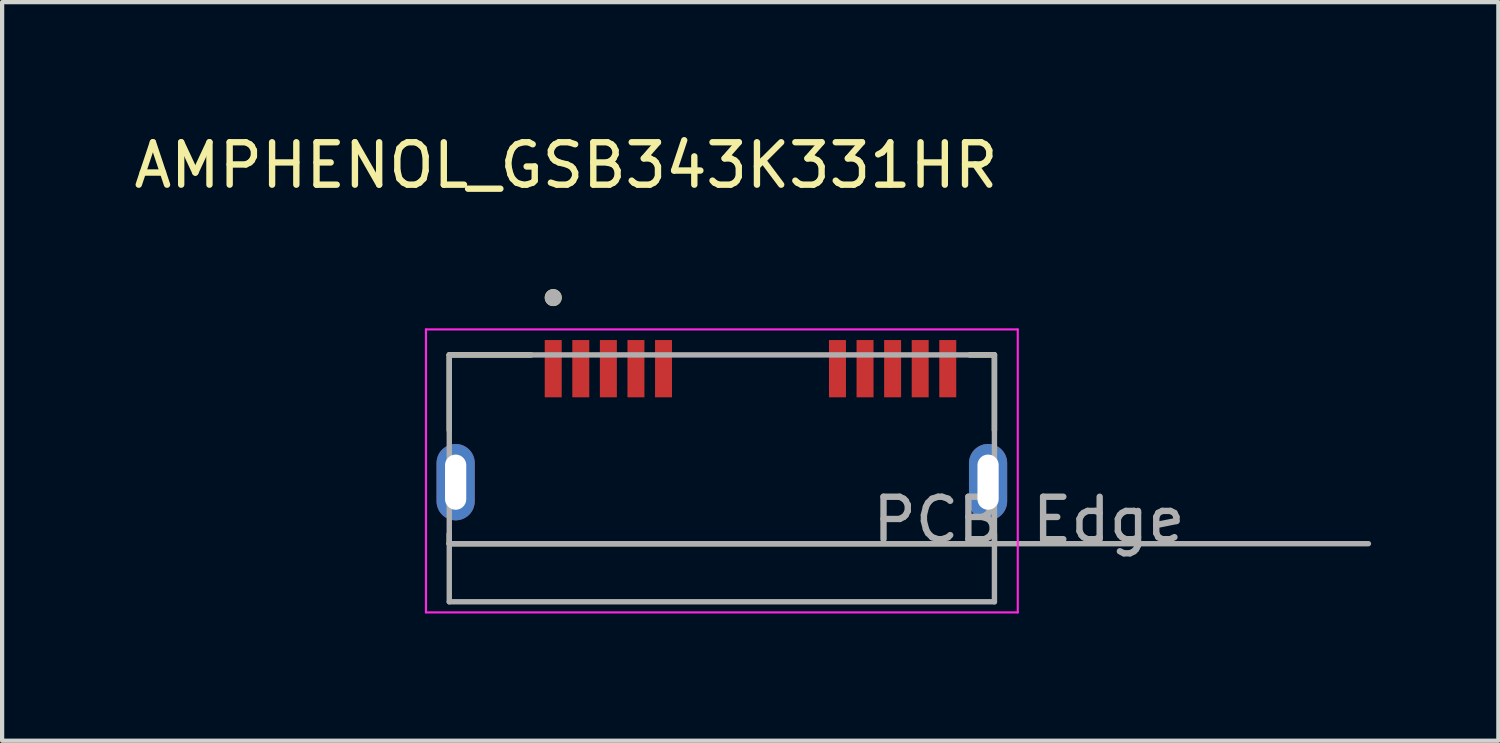
<source format=kicad_pcb>
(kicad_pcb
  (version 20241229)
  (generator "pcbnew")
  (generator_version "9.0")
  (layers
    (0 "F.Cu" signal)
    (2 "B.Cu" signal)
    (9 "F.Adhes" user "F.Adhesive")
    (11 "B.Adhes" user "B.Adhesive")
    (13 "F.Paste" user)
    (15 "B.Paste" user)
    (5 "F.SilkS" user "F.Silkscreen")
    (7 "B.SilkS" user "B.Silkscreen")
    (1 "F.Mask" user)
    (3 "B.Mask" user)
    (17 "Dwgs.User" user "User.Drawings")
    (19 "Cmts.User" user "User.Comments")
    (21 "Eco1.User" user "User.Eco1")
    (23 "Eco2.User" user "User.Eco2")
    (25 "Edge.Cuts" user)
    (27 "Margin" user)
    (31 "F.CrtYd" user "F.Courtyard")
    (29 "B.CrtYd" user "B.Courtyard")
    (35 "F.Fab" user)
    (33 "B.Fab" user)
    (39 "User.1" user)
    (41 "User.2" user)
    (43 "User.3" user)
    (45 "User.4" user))
  (footprint "AMPHENOL_GSB343K331HR"
    (layer "F.Cu")
    (at 13.965 8.315)
    (property "Reference" "AMPHENOL_GSB343K331HR" (at -3.673 -7.467 0) (layer "F.SilkS") (effects (font (size 1 1) (thickness 0.15))))
    (attr smd)
    (fp_line (start -6.425 -3) (end -4.495 -3) (stroke (width 0.127) (type solid)) (layer "F.SilkS"))
    (fp_line (start -6.425 -1.22) (end -6.425 -3) (stroke (width 0.127) (type solid)) (layer "F.SilkS"))
    (fp_line (start -6.425 1.45) (end -6.425 1.22) (stroke (width 0.127) (type solid)) (layer "F.SilkS"))
    (fp_line (start 5.845 -3) (end 6.425 -3) (stroke (width 0.127) (type solid)) (layer "F.SilkS"))
    (fp_line (start 6.425 -3) (end 6.425 -1.22) (stroke (width 0.127) (type solid)) (layer "F.SilkS"))
    (fp_line (start 6.425 1.45) (end -6.425 1.45) (stroke (width 0.127) (type solid)) (layer "F.SilkS"))
    (fp_line (start 6.425 1.45) (end 6.425 1.22) (stroke (width 0.127) (type solid)) (layer "F.SilkS"))
    (fp_circle (center -3.975 -4.35) (end -3.875 -4.35) (stroke (width 0.2) (type solid)) (fill no) (layer "F.SilkS"))
    (fp_line (start -6.975 -3.6) (end -6.975 3.07) (stroke (width 0.05) (type solid)) (layer "F.CrtYd"))
    (fp_line (start -6.975 3.07) (end 6.975 3.07) (stroke (width 0.05) (type solid)) (layer "F.CrtYd"))
    (fp_line (start 6.975 -3.6) (end -6.975 -3.6) (stroke (width 0.05) (type solid)) (layer "F.CrtYd"))
    (fp_line (start 6.975 3.07) (end 6.975 -3.6) (stroke (width 0.05) (type solid)) (layer "F.CrtYd"))
    (fp_line (start -6.425 -3) (end 6.425 -3) (stroke (width 0.127) (type solid)) (layer "F.Fab"))
    (fp_line (start -6.425 1.45) (end -6.425 -3) (stroke (width 0.127) (type solid)) (layer "F.Fab"))
    (fp_line (start -6.425 1.45) (end 15.24 1.45) (stroke (width 0.127) (type solid)) (layer "F.Fab"))
    (fp_line (start -6.425 2.82) (end -6.425 1.45) (stroke (width 0.127) (type solid)) (layer "F.Fab"))
    (fp_line (start 6.425 -3) (end 6.425 2.82) (stroke (width 0.127) (type solid)) (layer "F.Fab"))
    (fp_line (start 6.425 2.82) (end -6.425 2.82) (stroke (width 0.127) (type solid)) (layer "F.Fab"))
    (fp_circle (center -3.975 -4.35) (end -3.875 -4.35) (stroke (width 0.2) (type solid)) (fill no) (layer "F.Fab"))
    (fp_text user "PCB Edge" (at 7.239 0.889 0) (layer "F.Fab") (effects (font (size 1 1) (thickness 0.15))))
    (pad "1" smd rect (at -3.975 -2.675) (size 0.4 1.35) (layers "F.Cu" "F.Mask" "F.Paste"))
    (pad "2" smd rect (at -3.325 -2.675) (size 0.4 1.35) (layers "F.Cu" "F.Mask" "F.Paste"))
    (pad "3" smd rect (at -2.675 -2.675) (size 0.4 1.35) (layers "F.Cu" "F.Mask" "F.Paste"))
    (pad "4" smd rect (at -2.025 -2.675) (size 0.4 1.35) (layers "F.Cu" "F.Mask" "F.Paste"))
    (pad "5" smd rect (at -1.375 -2.675) (size 0.4 1.35) (layers "F.Cu" "F.Mask" "F.Paste"))
    (pad "6" smd rect (at 2.725 -2.675) (size 0.4 1.35) (layers "F.Cu" "F.Mask" "F.Paste"))
    (pad "7" smd rect (at 3.375 -2.675) (size 0.4 1.35) (layers "F.Cu" "F.Mask" "F.Paste"))
    (pad "8" smd rect (at 4.025 -2.675) (size 0.4 1.35) (layers "F.Cu" "F.Mask" "F.Paste"))
    (pad "9" smd rect (at 4.675 -2.675) (size 0.4 1.35) (layers "F.Cu" "F.Mask" "F.Paste"))
    (pad "10" smd rect (at 5.325 -2.675) (size 0.4 1.35) (layers "F.Cu" "F.Mask" "F.Paste"))
    (pad "S1" thru_hole oval (at -6.275 0) (size 0.9 1.8) (drill oval 0.5 1.3) (layers "*.Cu" "*.Mask"))
    (pad "S2" thru_hole oval (at 6.275 0) (size 0.9 1.8) (drill oval 0.5 1.3) (layers "*.Cu" "*.Mask")))
  (gr_rect
    (start -3 -3)
    (end 32.268 14.41)
    (stroke (width 0.1) (type default))
    (fill no)
    (layer "Edge.Cuts")))
</source>
